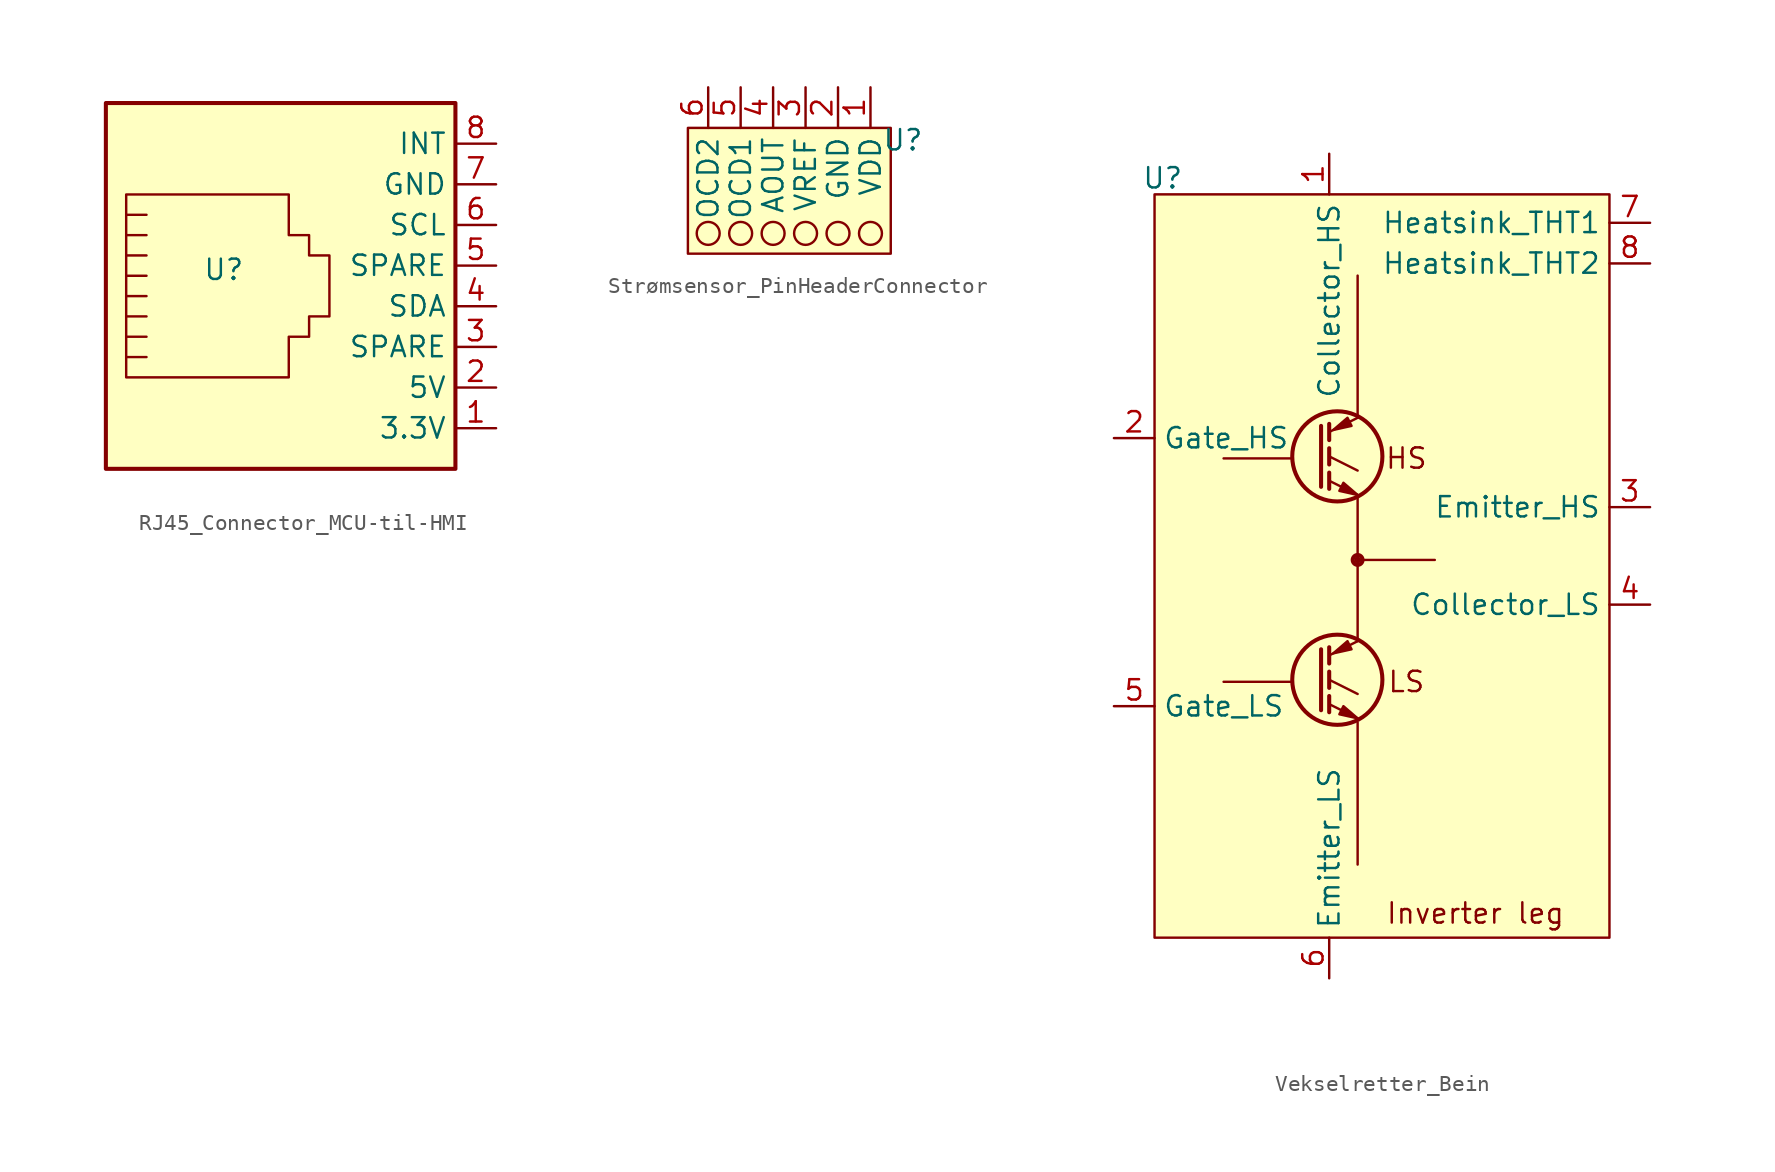
<source format=kicad_sym>
(kicad_symbol_lib
  (version 20220914)
  (generator kicad_symbol_editor)
  (symbol "RJ45_Connector_MCU-til-HMI"
    (property "Reference" "U"
      (at 0 0 0)
      (effects (font (size 1.27 1.27))))
    (property "Value" ""
      (at 0 0 0)
      (effects (font (size 1.27 1.27))))
    (symbol "RJ45_Connector_MCU-til-HMI_0_1"
      (rectangle (start -7.366 10.414) (end 14.478 -12.446) (stroke (width 0.254) (type default)) (fill (type background)))
      (polyline (pts (xy -4.826 2.159) (xy -6.096 2.159)) (stroke (width 0) (type default)) (fill (type none)))
      (polyline (pts (xy -4.826 3.429) (xy -6.096 3.429)) (stroke (width 0) (type default)) (fill (type none)))
      (polyline (pts (xy -6.096 -5.461) (xy -4.826 -5.461) (xy -4.826 -5.461)) (stroke (width 0) (type default)) (fill (type none)))
      (polyline (pts (xy -6.096 -4.191) (xy -4.826 -4.191) (xy -4.826 -4.191)) (stroke (width 0) (type default)) (fill (type none)))
      (polyline (pts (xy -6.096 -2.921) (xy -4.826 -2.921) (xy -4.826 -2.921)) (stroke (width 0) (type default)) (fill (type none)))
      (polyline (pts (xy -6.096 -1.651) (xy -4.826 -1.651) (xy -4.826 -1.651)) (stroke (width 0) (type default)) (fill (type none)))
      (polyline (pts (xy -6.096 -0.381) (xy -4.826 -0.381) (xy -4.826 -0.381)) (stroke (width 0) (type default)) (fill (type none)))
      (polyline (pts (xy -4.826 0.889) (xy -6.096 0.889) (xy -6.096 0.889)) (stroke (width 0) (type default)) (fill (type none)))
      (polyline (pts (xy -6.096 -6.731) (xy -6.096 4.699) (xy 4.064 4.699) (xy 4.064 2.159) (xy 5.334 2.159) (xy 5.334 0.889) (xy 6.604 0.889) (xy 6.604 -2.921) (xy 5.334 -2.921) (xy 5.334 -4.191) (xy 4.064 -4.191) (xy 4.064 -6.731) (xy -6.096 -6.731) (xy -6.096 -6.731)) (stroke (width 0) (type default)) (fill (type none))))
    (symbol "RJ45_Connector_MCU-til-HMI_1_1"
      (pin passive line (at 17.018 -9.906 180) (length 2.54) (name "3.3V" (effects (font (size 1.27 1.27)))) (number "1" (effects (font (size 1.27 1.27)))))
      (pin passive line (at 17.018 -7.366 180) (length 2.54) (name "5V" (effects (font (size 1.27 1.27)))) (number "2" (effects (font (size 1.27 1.27)))))
      (pin passive line (at 17.018 -4.826 180) (length 2.54) (name "SPARE" (effects (font (size 1.27 1.27)))) (number "3" (effects (font (size 1.27 1.27)))))
      (pin passive line (at 17.018 -2.286 180) (length 2.54) (name "SDA" (effects (font (size 1.27 1.27)))) (number "4" (effects (font (size 1.27 1.27)))))
      (pin passive line (at 17.018 0.254 180) (length 2.54) (name "SPARE" (effects (font (size 1.27 1.27)))) (number "5" (effects (font (size 1.27 1.27)))))
      (pin passive line (at 17.018 2.794 180) (length 2.54) (name "SCL" (effects (font (size 1.27 1.27)))) (number "6" (effects (font (size 1.27 1.27)))))
      (pin passive line (at 17.018 5.334 180) (length 2.54) (name "GND" (effects (font (size 1.27 1.27)))) (number "7" (effects (font (size 1.27 1.27)))))
      (pin passive line (at 17.018 7.874 180) (length 2.54) (name "INT" (effects (font (size 1.27 1.27)))) (number "8" (effects (font (size 1.27 1.27)))))))
  (symbol "Strømsensor_PinHeaderConnector"
    (property "Reference" "U"
      (at 7.112 0.508 0)
      (effects (font (size 1.27 1.27))))
    (property "Value" ""
      (at -2.794 0 0)
      (effects (font (size 1.27 1.27))))
    (symbol "Strømsensor_PinHeaderConnector_0_1"
      (circle (center -5.08 -5.334) (radius 0.718) (stroke (width 0) (type default)) (fill (type none)))
      (circle (center -3.048 -5.334) (radius 0.718) (stroke (width 0) (type default)) (fill (type none)))
      (circle (center -1.016 -5.334) (radius 0.718) (stroke (width 0) (type default)) (fill (type none)))
      (circle (center 1.016 -5.334) (radius 0.718) (stroke (width 0) (type default)) (fill (type none)))
      (circle (center 3.048 -5.334) (radius 0.718) (stroke (width 0) (type default)) (fill (type none)))
      (circle (center 5.08 -5.334) (radius 0.718) (stroke (width 0) (type default)) (fill (type none))))
    (symbol "Strømsensor_PinHeaderConnector_1_1"
      (rectangle (start -6.35 1.27) (end 6.35 -6.604) (stroke (width 0) (type default)) (fill (type background)))
      (pin input line (at 5.08 3.81 270) (length 2.54) (name "VDD" (effects (font (size 1.27 1.27)))) (number "1" (effects (font (size 1.27 1.27)))))
      (pin input line (at 3.048 3.81 270) (length 2.54) (name "GND" (effects (font (size 1.27 1.27)))) (number "2" (effects (font (size 1.27 1.27)))))
      (pin input line (at 1.016 3.81 270) (length 2.54) (name "VREF" (effects (font (size 1.27 1.27)))) (number "3" (effects (font (size 1.27 1.27)))))
      (pin input line (at -1.016 3.81 270) (length 2.54) (name "AOUT" (effects (font (size 1.27 1.27)))) (number "4" (effects (font (size 1.27 1.27)))))
      (pin input line (at -3.048 3.81 270) (length 2.54) (name "OCD1" (effects (font (size 1.27 1.27)))) (number "5" (effects (font (size 1.27 1.27)))))
      (pin input line (at -5.08 3.81 270) (length 2.54) (name "OCD2" (effects (font (size 1.27 1.27)))) (number "6" (effects (font (size 1.27 1.27)))))))
  (symbol "Vekselretter_Bein"
    (property "Reference" "U"
      (at -10.414 22.098 0)
      (effects (font (size 1.27 1.27))))
    (property "Value" ""
      (at 0.508 0.889 0)
      (effects (font (size 1.27 1.27))))
    (symbol "Vekselretter_Bein_0_1"
      (polyline (pts (xy -2.286 -9.398) (xy -6.604 -9.398)) (stroke (width 0) (type default)) (fill (type none)))
      (polyline (pts (xy -2.286 4.572) (xy -6.604 4.572)) (stroke (width 0) (type default)) (fill (type none)))
      (polyline (pts (xy 0 -10.287) (xy 0 -11.303)) (stroke (width 0.254) (type default)) (fill (type none)))
      (polyline (pts (xy 0 -8.763) (xy 0 -9.779)) (stroke (width 0.254) (type default)) (fill (type none)))
      (polyline (pts (xy 0 -7.239) (xy 0 -8.255)) (stroke (width 0.254) (type default)) (fill (type none)))
      (polyline (pts (xy 0 3.683) (xy 0 2.667)) (stroke (width 0.254) (type default)) (fill (type none)))
      (polyline (pts (xy 0 5.207) (xy 0 4.191)) (stroke (width 0.254) (type default)) (fill (type none)))
      (polyline (pts (xy 0 6.731) (xy 0 5.715)) (stroke (width 0.254) (type default)) (fill (type none)))
      (polyline (pts (xy 1.778 -11.684) (xy 0 -10.795)) (stroke (width 0) (type default)) (fill (type none)))
      (polyline (pts (xy 1.778 -10.16) (xy 0 -9.271)) (stroke (width 0) (type default)) (fill (type none)))
      (polyline (pts (xy 1.778 -6.858) (xy 0 -7.747)) (stroke (width 0) (type default)) (fill (type none)))
      (polyline (pts (xy 1.778 -1.778) (xy 6.604 -1.778)) (stroke (width 0) (type default)) (fill (type none)))
      (polyline (pts (xy 1.778 2.286) (xy 0 3.175)) (stroke (width 0) (type default)) (fill (type none)))
      (polyline (pts (xy 1.778 3.81) (xy 0 4.699)) (stroke (width 0) (type default)) (fill (type none)))
      (polyline (pts (xy 1.778 7.112) (xy 0 6.223)) (stroke (width 0) (type default)) (fill (type none)))
      (polyline (pts (xy -0.508 -7.366) (xy -0.508 -11.176) (xy -0.508 -11.176)) (stroke (width 0.254) (type default)) (fill (type none)))
      (polyline (pts (xy -0.508 6.604) (xy -0.508 2.794) (xy -0.508 2.794)) (stroke (width 0.254) (type default)) (fill (type none)))
      (polyline (pts (xy 0.635 -11.43) (xy 0.889 -10.922) (xy 1.778 -11.684) (xy 0.635 -11.43)) (stroke (width 0) (type default)) (fill (type outline)))
      (polyline (pts (xy 0.635 2.54) (xy 0.889 3.048) (xy 1.778 2.286) (xy 0.635 2.54)) (stroke (width 0) (type default)) (fill (type outline)))
      (polyline (pts (xy 1.397 -7.366) (xy 1.143 -6.858) (xy 0.254 -7.62) (xy 1.397 -7.366)) (stroke (width 0) (type default)) (fill (type outline)))
      (polyline (pts (xy 1.397 6.604) (xy 1.143 7.112) (xy 0.254 6.35) (xy 1.397 6.604)) (stroke (width 0) (type default)) (fill (type outline)))
      (circle (center 0.508 -9.271) (radius 2.819) (stroke (width 0.254) (type default)) (fill (type none)))
      (circle (center 0.508 4.699) (radius 2.819) (stroke (width 0.254) (type default)) (fill (type none)))
      (circle (center 1.778 -1.778) (radius 0.127) (stroke (width 0) (type default)) (fill (type none)))
      (circle (center 1.778 -1.778) (radius 0.254) (stroke (width 0) (type default)) (fill (type none)))
      (circle (center 1.778 -1.778) (radius 0.284) (stroke (width 0) (type default)) (fill (type none)))
      (circle (center 1.778 -1.778) (radius 0.359) (stroke (width 0) (type default)) (fill (type none))))
    (symbol "Vekselretter_Bein_1_1"
      (rectangle (start -10.922 21.082) (end 17.526 -25.4) (stroke (width 0) (type default)) (fill (type background)))
      (polyline (pts (xy 1.778 -20.828) (xy 1.778 -11.938)) (stroke (width 0) (type default)) (fill (type none)))
      (polyline (pts (xy 1.778 7.112) (xy 1.778 16.002)) (stroke (width 0) (type default)) (fill (type none)))
      (polyline (pts (xy 1.778 -6.858) (xy 1.778 2.032) (xy 1.778 2.286)) (stroke (width 0) (type default)) (fill (type none)))
      (text "HS" (at 4.826 4.572 0) (effects (font (size 1.27 1.27))))
      (text "Inverter leg" (at 9.144 -23.876 0) (effects (font (size 1.27 1.27))))
      (text "LS" (at 4.826 -9.398 0) (effects (font (size 1.27 1.27))))
      (pin input line (at 0 23.622 270) (length 2.54) (name "Collector_HS" (effects (font (size 1.27 1.27)))) (number "1" (effects (font (size 1.27 1.27)))))
      (pin input line (at -13.462 5.842 0) (length 2.54) (name "Gate_HS" (effects (font (size 1.27 1.27)))) (number "2" (effects (font (size 1.27 1.27)))))
      (pin input line (at 20.066 1.524 180) (length 2.54) (name "Emitter_HS" (effects (font (size 1.27 1.27)))) (number "3" (effects (font (size 1.27 1.27)))))
      (pin input line (at 20.066 -4.572 180) (length 2.54) (name "Collector_LS" (effects (font (size 1.27 1.27)))) (number "4" (effects (font (size 1.27 1.27)))))
      (pin input line (at -13.462 -10.922 0) (length 2.54) (name "Gate_LS" (effects (font (size 1.27 1.27)))) (number "5" (effects (font (size 1.27 1.27)))))
      (pin input line (at 0 -27.94 90) (length 2.54) (name "Emitter_LS" (effects (font (size 1.27 1.27)))) (number "6" (effects (font (size 1.27 1.27)))))
      (pin input line (at 20.066 19.304 180) (length 2.54) (name "Heatsink_THT1" (effects (font (size 1.27 1.27)))) (number "7" (effects (font (size 1.27 1.27)))))
      (pin input line (at 20.066 16.764 180) (length 2.54) (name "Heatsink_THT2" (effects (font (size 1.27 1.27)))) (number "8" (effects (font (size 1.27 1.27))))))))
</source>
